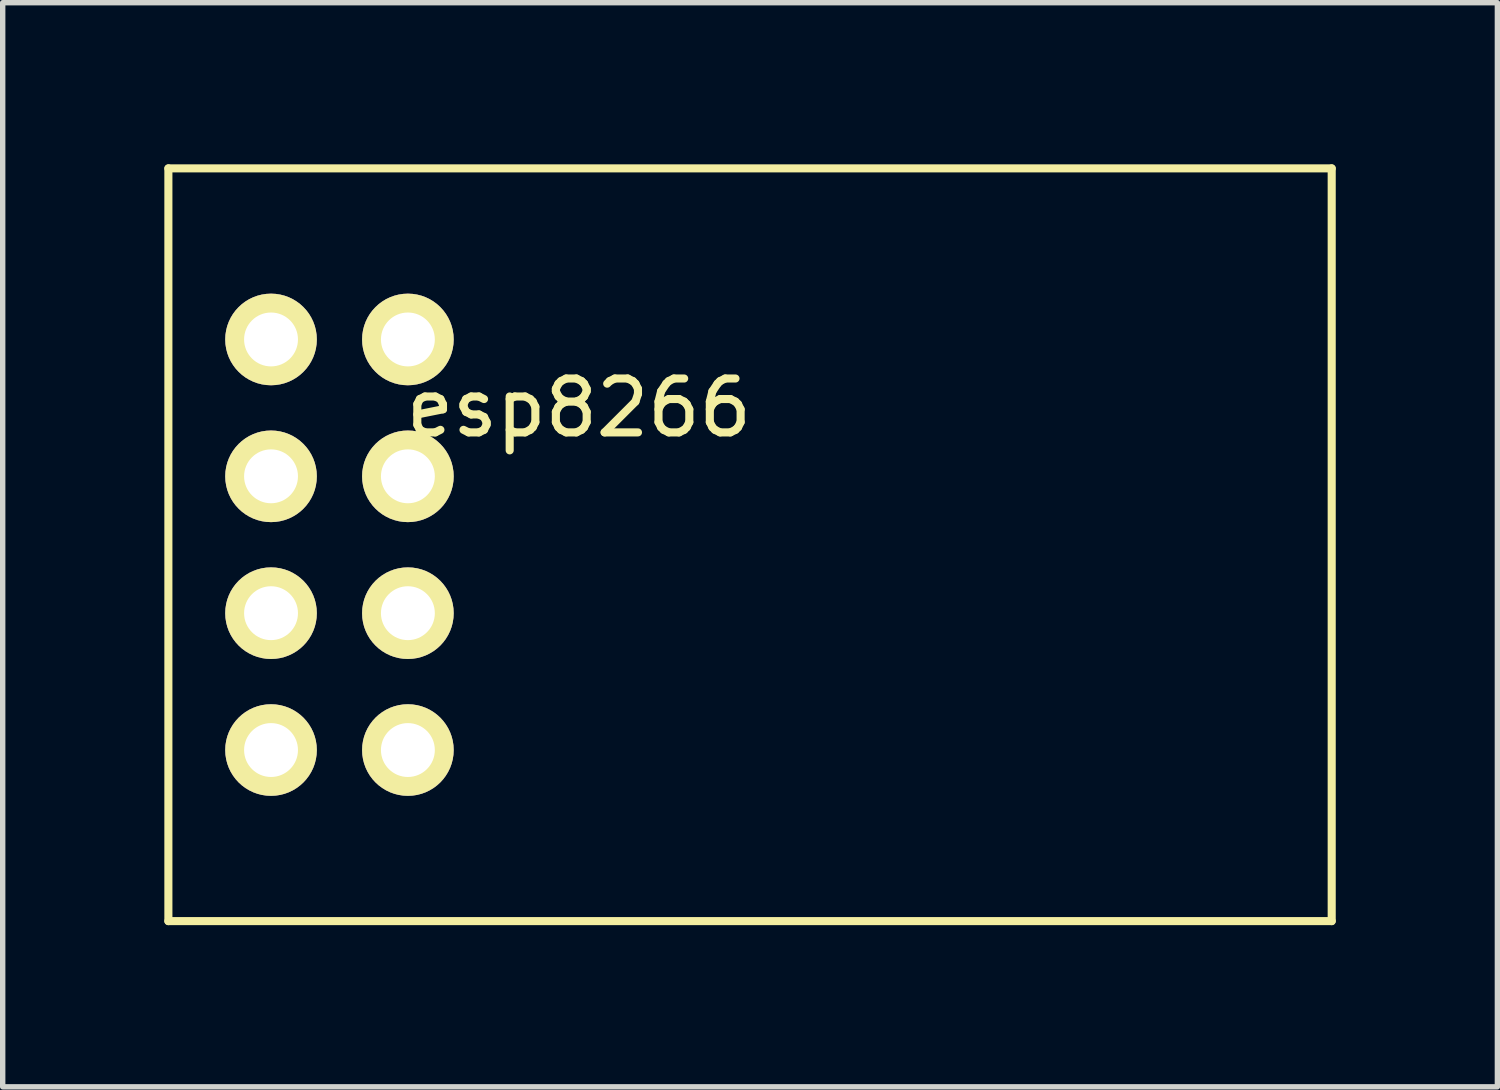
<source format=kicad_pcb>
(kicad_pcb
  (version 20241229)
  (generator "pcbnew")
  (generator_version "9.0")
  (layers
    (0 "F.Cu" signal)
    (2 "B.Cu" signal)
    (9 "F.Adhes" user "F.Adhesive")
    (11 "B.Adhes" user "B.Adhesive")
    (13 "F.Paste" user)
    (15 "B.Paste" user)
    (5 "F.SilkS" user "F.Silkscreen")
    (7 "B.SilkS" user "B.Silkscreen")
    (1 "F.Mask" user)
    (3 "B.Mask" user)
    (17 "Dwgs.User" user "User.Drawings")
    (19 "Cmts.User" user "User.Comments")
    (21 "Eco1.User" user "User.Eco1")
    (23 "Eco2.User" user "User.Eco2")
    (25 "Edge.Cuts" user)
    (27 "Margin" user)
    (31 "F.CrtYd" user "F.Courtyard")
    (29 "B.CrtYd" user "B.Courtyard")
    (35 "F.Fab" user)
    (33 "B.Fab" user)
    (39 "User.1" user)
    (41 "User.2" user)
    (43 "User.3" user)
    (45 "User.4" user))
  (footprint "esp8266"
    (layer "F.Cu")
    (at 4.52 10.235)
    (property "Reference" "esp8266" (at 3.175 -5.715 0) (layer "F.SilkS") (effects (font (size 1 1) (thickness 0.15))))
    (attr through_hole)
    (fp_line (start -4.445 -10.16) (end 17.145 -10.16) (stroke (width 0.15) (type solid)) (layer "F.SilkS"))
    (fp_line (start -4.445 3.81) (end -4.445 -10.16) (stroke (width 0.15) (type solid)) (layer "F.SilkS"))
    (fp_line (start 17.145 -10.16) (end 17.145 3.81) (stroke (width 0.15) (type solid)) (layer "F.SilkS"))
    (fp_line (start 17.145 3.81) (end -4.445 3.81) (stroke (width 0.15) (type solid)) (layer "F.SilkS"))
    (pad "1" thru_hole circle (at 0 0.635) (size 1.7 1.7) (drill 1) (layers "*.Cu" "*.Mask" "F.SilkS"))
    (pad "2" thru_hole circle (at -2.54 0.635) (size 1.7 1.7) (drill 1) (layers "*.Cu" "*.Mask" "F.SilkS"))
    (pad "3" thru_hole circle (at 0 -1.905) (size 1.7 1.7) (drill 1) (layers "*.Cu" "*.Mask" "F.SilkS"))
    (pad "4" thru_hole circle (at -2.54 -1.905) (size 1.7 1.7) (drill 1) (layers "*.Cu" "*.Mask" "F.SilkS"))
    (pad "5" thru_hole circle (at 0 -4.445) (size 1.7 1.7) (drill 1) (layers "*.Cu" "*.Mask" "F.SilkS"))
    (pad "6" thru_hole circle (at -2.54 -4.445) (size 1.7 1.7) (drill 1) (layers "*.Cu" "*.Mask" "F.SilkS"))
    (pad "7" thru_hole circle (at 0 -6.985) (size 1.7 1.7) (drill 1) (layers "*.Cu" "*.Mask" "F.SilkS"))
    (pad "8" thru_hole circle (at -2.54 -6.985) (size 1.7 1.7) (drill 1) (layers "*.Cu" "*.Mask" "F.SilkS")))
  (gr_rect
    (start -3 -3)
    (end 24.74 17.12)
    (stroke (width 0.1) (type default))
    (fill no)
    (layer "Edge.Cuts")))
</source>
